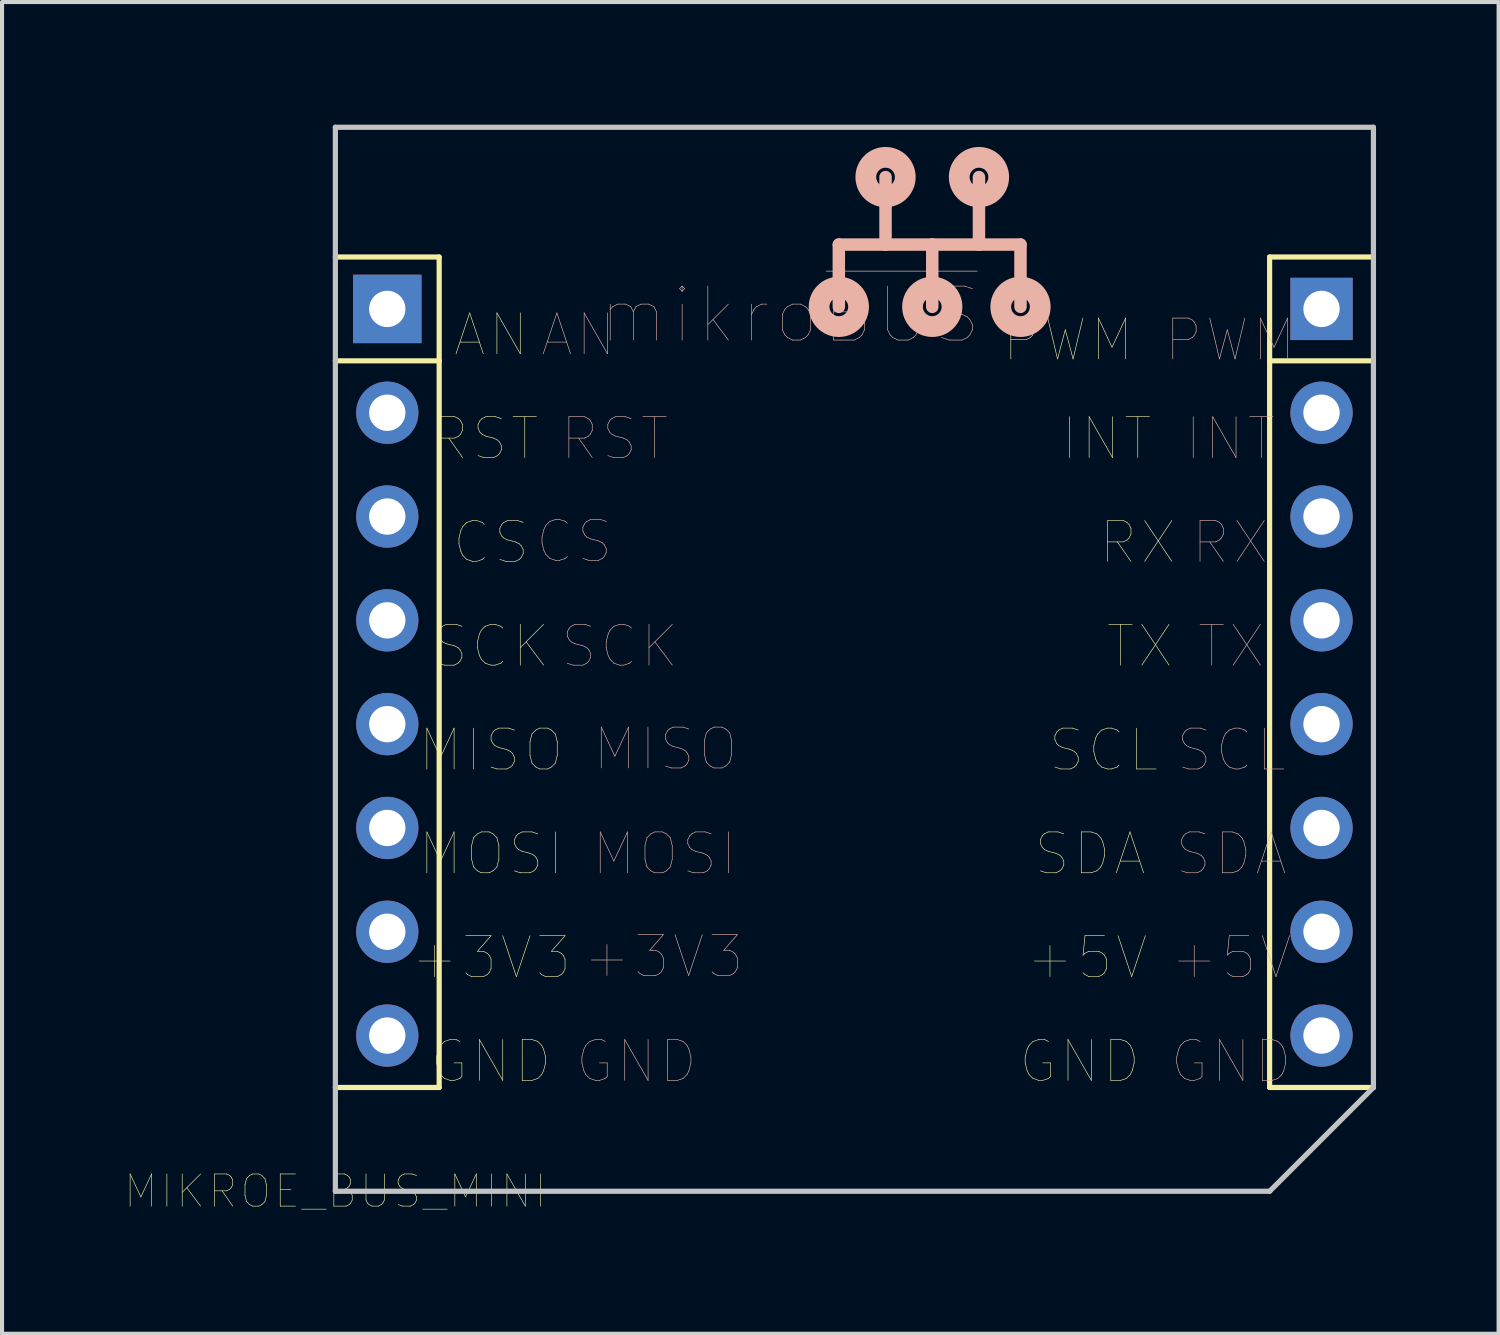
<source format=kicad_pcb>
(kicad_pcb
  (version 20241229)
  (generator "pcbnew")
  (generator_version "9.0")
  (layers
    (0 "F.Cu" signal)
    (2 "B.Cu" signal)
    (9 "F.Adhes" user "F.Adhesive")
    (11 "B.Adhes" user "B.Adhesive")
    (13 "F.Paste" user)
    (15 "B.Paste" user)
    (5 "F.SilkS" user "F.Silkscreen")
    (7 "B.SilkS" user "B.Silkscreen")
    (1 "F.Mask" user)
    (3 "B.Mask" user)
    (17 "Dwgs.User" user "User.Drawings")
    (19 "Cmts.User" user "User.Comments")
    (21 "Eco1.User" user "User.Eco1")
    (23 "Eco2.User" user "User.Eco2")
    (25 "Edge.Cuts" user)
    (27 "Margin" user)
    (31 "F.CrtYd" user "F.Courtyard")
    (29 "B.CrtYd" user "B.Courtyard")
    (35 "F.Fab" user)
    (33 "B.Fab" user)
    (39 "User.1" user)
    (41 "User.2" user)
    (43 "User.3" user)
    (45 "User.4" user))
  (footprint "MIKROE_BUS_MINI"
    (layer "F.Cu")
    (at 5.156 26.099)
    (property "Reference" "MIKROE_BUS_MINI" (at 0 0 0) (layer "F.SilkS") (effects (font (size 0.787 0.787) (thickness 0.015))))
    (attr through_hole)
    (fp_line (start 0 -20.32) (end 2.54 -20.32) (stroke (width 0.127) (type solid)) (layer "F.SilkS"))
    (fp_line (start 0 -2.54) (end 2.54 -2.54) (stroke (width 0.127) (type solid)) (layer "F.SilkS"))
    (fp_line (start 2.54 -22.86) (end 0 -22.86) (stroke (width 0.127) (type solid)) (layer "F.SilkS"))
    (fp_line (start 2.54 -20.32) (end 2.54 -22.86) (stroke (width 0.127) (type solid)) (layer "F.SilkS"))
    (fp_line (start 2.54 -2.54) (end 2.54 -20.32) (stroke (width 0.127) (type solid)) (layer "F.SilkS"))
    (fp_line (start 22.86 -22.86) (end 22.86 -20.32) (stroke (width 0.127) (type solid)) (layer "F.SilkS"))
    (fp_line (start 22.86 -22.86) (end 25.4 -22.86) (stroke (width 0.127) (type solid)) (layer "F.SilkS"))
    (fp_line (start 22.86 -20.32) (end 22.86 -2.54) (stroke (width 0.127) (type solid)) (layer "F.SilkS"))
    (fp_line (start 22.86 -20.32) (end 25.4 -20.32) (stroke (width 0.127) (type solid)) (layer "F.SilkS"))
    (fp_line (start 22.86 -2.54) (end 25.4 -2.54) (stroke (width 0.127) (type solid)) (layer "F.SilkS"))
    (fp_line (start 12.319 -23.165) (end 12.319 -21.641) (stroke (width 0.305) (type solid)) (layer "B.SilkS"))
    (fp_line (start 13.462 -23.165) (end 12.319 -23.165) (stroke (width 0.305) (type solid)) (layer "B.SilkS"))
    (fp_line (start 13.462 -23.165) (end 13.462 -24.816) (stroke (width 0.305) (type solid)) (layer "B.SilkS"))
    (fp_line (start 14.605 -23.165) (end 13.462 -23.165) (stroke (width 0.305) (type solid)) (layer "B.SilkS"))
    (fp_line (start 14.605 -23.165) (end 14.605 -21.641) (stroke (width 0.305) (type solid)) (layer "B.SilkS"))
    (fp_line (start 15.748 -23.165) (end 14.605 -23.165) (stroke (width 0.305) (type solid)) (layer "B.SilkS"))
    (fp_line (start 15.748 -23.165) (end 15.748 -24.816) (stroke (width 0.305) (type solid)) (layer "B.SilkS"))
    (fp_line (start 16.764 -23.165) (end 15.748 -23.165) (stroke (width 0.305) (type solid)) (layer "B.SilkS"))
    (fp_line (start 16.764 -23.165) (end 16.764 -21.641) (stroke (width 0.305) (type solid)) (layer "B.SilkS"))
    (fp_circle (center 12.319 -21.641) (end 12.548 -21.641) (stroke (width 0.508) (type solid)) (fill no) (layer "B.SilkS"))
    (fp_circle (center 13.462 -24.816) (end 13.691 -24.816) (stroke (width 0.508) (type solid)) (fill no) (layer "B.SilkS"))
    (fp_circle (center 14.605 -21.641) (end 14.834 -21.641) (stroke (width 0.508) (type solid)) (fill no) (layer "B.SilkS"))
    (fp_circle (center 15.748 -24.816) (end 15.977 -24.816) (stroke (width 0.508) (type solid)) (fill no) (layer "B.SilkS"))
    (fp_circle (center 16.764 -21.641) (end 16.993 -21.641) (stroke (width 0.508) (type solid)) (fill no) (layer "B.SilkS"))
    (fp_line (start 0 -26.035) (end 25.4 -26.035) (stroke (width 0.127) (type solid)) (layer "Dwgs.User"))
    (fp_line (start 0 0) (end 0 -26.035) (stroke (width 0.127) (type solid)) (layer "Dwgs.User"))
    (fp_line (start 0 0) (end 22.86 0) (stroke (width 0.127) (type solid)) (layer "Dwgs.User"))
    (fp_line (start 22.86 0) (end 25.4 -2.54) (stroke (width 0.127) (type solid)) (layer "Dwgs.User"))
    (fp_line (start 25.4 -26.035) (end 25.4 -22.86) (stroke (width 0.127) (type solid)) (layer "Dwgs.User"))
    (fp_line (start 25.4 -22.86) (end 25.4 -2.54) (stroke (width 0.127) (type solid)) (layer "Dwgs.User"))
    (fp_text user "INT" (at 18.872 -18.415 0) (layer "F.SilkS") (effects (font (size 1 1) (thickness 0.015))))
    (fp_text user "GND" (at 18.212 -3.175 0) (layer "F.SilkS") (effects (font (size 1 1) (thickness 0.015))))
    (fp_text user "MOSI" (at 3.81 -8.255 0) (layer "F.SilkS") (effects (font (size 1 1) (thickness 0.015))))
    (fp_text user "GND" (at 3.81 -3.175 0) (layer "F.SilkS") (effects (font (size 1 1) (thickness 0.015))))
    (fp_text user "RX" (at 19.634 -15.875 0) (layer "F.SilkS") (effects (font (size 1 1) (thickness 0.015))))
    (fp_text user "CS" (at 3.81 -15.875 0) (layer "F.SilkS") (effects (font (size 1 1) (thickness 0.015))))
    (fp_text user "+5V" (at 18.39 -5.715 0) (layer "F.SilkS") (effects (font (size 1 1) (thickness 0.015))))
    (fp_text user "TX" (at 19.685 -13.335 0) (layer "F.SilkS") (effects (font (size 1 1) (thickness 0.015))))
    (fp_text user "PWM" (at 17.932 -20.828 0) (layer "F.SilkS") (effects (font (size 1 1) (thickness 0.015))))
    (fp_text user "SCK" (at 3.81 -13.335 0) (layer "F.SilkS") (effects (font (size 1 1) (thickness 0.015))))
    (fp_text user "RST" (at 3.658 -18.415 0) (layer "F.SilkS") (effects (font (size 1 1) (thickness 0.015))))
    (fp_text user "SCL" (at 18.796 -10.795 0) (layer "F.SilkS") (effects (font (size 1 1) (thickness 0.015))))
    (fp_text user "MISO" (at 3.81 -10.795 0) (layer "F.SilkS") (effects (font (size 1 1) (thickness 0.015))))
    (fp_text user "AN" (at 3.81 -20.955 0) (layer "F.SilkS") (effects (font (size 1 1) (thickness 0.015))))
    (fp_text user "+3V3" (at 3.81 -5.715 0) (layer "F.SilkS") (effects (font (size 1 1) (thickness 0.015))))
    (fp_text user "SDA" (at 18.466 -8.255 0) (layer "F.SilkS") (effects (font (size 1 1) (thickness 0.015))))
    (fp_text user "RST" (at 6.833 -18.415 0) (layer "B.SilkS") (effects (font (size 1 1) (thickness 0.015))))
    (fp_text user "TX" (at 21.92 -13.335 0) (layer "B.SilkS") (effects (font (size 1 1) (thickness 0.015))))
    (fp_text user "CS" (at 5.842 -15.9 0) (layer "B.SilkS") (effects (font (size 1 1) (thickness 0.015))))
    (fp_text user "GND" (at 21.92 -3.175 0) (layer "B.SilkS") (effects (font (size 1 1) (thickness 0.015))))
    (fp_text user "PWM" (at 21.895 -20.828 0) (layer "B.SilkS") (effects (font (size 1 1) (thickness 0.015))))
    (fp_text user "INT" (at 21.895 -18.415 0) (layer "B.SilkS") (effects (font (size 1 1) (thickness 0.015))))
    (fp_text user "GND" (at 7.366 -3.175 0) (layer "B.SilkS") (effects (font (size 1 1) (thickness 0.015))))
    (fp_text user "AN" (at 5.944 -20.955 0) (layer "B.SilkS") (effects (font (size 1 1) (thickness 0.015))))
    (fp_text user "+3V3" (at 8.026 -5.74 0) (layer "B.SilkS") (effects (font (size 1 1) (thickness 0.015))))
    (fp_text user "SCK" (at 6.96 -13.335 0) (layer "B.SilkS") (effects (font (size 1 1) (thickness 0.015))))
    (fp_text user "+5V" (at 21.92 -5.715 0) (layer "B.SilkS") (effects (font (size 1 1) (thickness 0.015))))
    (fp_text user "SDA" (at 21.92 -8.255 0) (layer "B.SilkS") (effects (font (size 1 1) (thickness 0.015))))
    (fp_text user "MISO" (at 8.077 -10.82 0) (layer "B.SilkS") (effects (font (size 1 1) (thickness 0.015))))
    (fp_text user "RX" (at 21.895 -15.875 0) (layer "B.SilkS") (effects (font (size 1 1) (thickness 0.015))))
    (fp_text user "SCL" (at 21.92 -10.795 0) (layer "B.SilkS") (effects (font (size 1 1) (thickness 0.015))))
    (fp_text user "mikro~{BUS}" (at 11.125 -21.438 0) (layer "B.SilkS") (effects (font (size 1.32 1.32) (thickness 0.015))))
    (fp_text user "MOSI" (at 8.052 -8.255 0) (layer "B.SilkS") (effects (font (size 1 1) (thickness 0.015))))
    (pad "P$1" thru_hole rect (at 1.27 -21.59) (size 1.676 1.676) (drill 0.889) (layers "*.Cu" "*.Mask"))
    (pad "P$2" thru_hole circle (at 1.27 -19.05) (size 1.524 1.524) (drill 0.889) (layers "*.Cu" "*.Mask"))
    (pad "P$3" thru_hole circle (at 1.27 -16.51) (size 1.524 1.524) (drill 0.889) (layers "*.Cu" "*.Mask"))
    (pad "P$4" thru_hole circle (at 1.27 -13.97) (size 1.524 1.524) (drill 0.889) (layers "*.Cu" "*.Mask"))
    (pad "P$5" thru_hole circle (at 1.27 -11.43) (size 1.524 1.524) (drill 0.889) (layers "*.Cu" "*.Mask"))
    (pad "P$6" thru_hole circle (at 1.27 -8.89) (size 1.524 1.524) (drill 0.889) (layers "*.Cu" "*.Mask"))
    (pad "P$7" thru_hole circle (at 1.27 -6.35) (size 1.524 1.524) (drill 0.889) (layers "*.Cu" "*.Mask"))
    (pad "P$8" thru_hole circle (at 1.27 -3.81) (size 1.524 1.524) (drill 0.889) (layers "*.Cu" "*.Mask"))
    (pad "P$9" thru_hole circle (at 24.13 -3.81) (size 1.524 1.524) (drill 0.889) (layers "*.Cu" "*.Mask"))
    (pad "P$10" thru_hole circle (at 24.13 -6.35) (size 1.524 1.524) (drill 0.889) (layers "*.Cu" "*.Mask"))
    (pad "P$11" thru_hole circle (at 24.13 -8.89) (size 1.524 1.524) (drill 0.889) (layers "*.Cu" "*.Mask"))
    (pad "P$12" thru_hole circle (at 24.13 -11.43) (size 1.524 1.524) (drill 0.889) (layers "*.Cu" "*.Mask"))
    (pad "P$13" thru_hole circle (at 24.13 -13.97) (size 1.524 1.524) (drill 0.889) (layers "*.Cu" "*.Mask"))
    (pad "P$14" thru_hole circle (at 24.13 -16.51) (size 1.524 1.524) (drill 0.889) (layers "*.Cu" "*.Mask"))
    (pad "P$15" thru_hole circle (at 24.13 -19.05) (size 1.524 1.524) (drill 0.889) (layers "*.Cu" "*.Mask"))
    (pad "P$16" thru_hole rect (at 24.13 -21.59) (size 1.524 1.524) (drill 0.889) (layers "*.Cu" "*.Mask")))
  (gr_rect
    (start -3 -3)
    (end 33.619 29.585)
    (stroke (width 0.1) (type default))
    (fill no)
    (layer "Edge.Cuts")))
</source>
